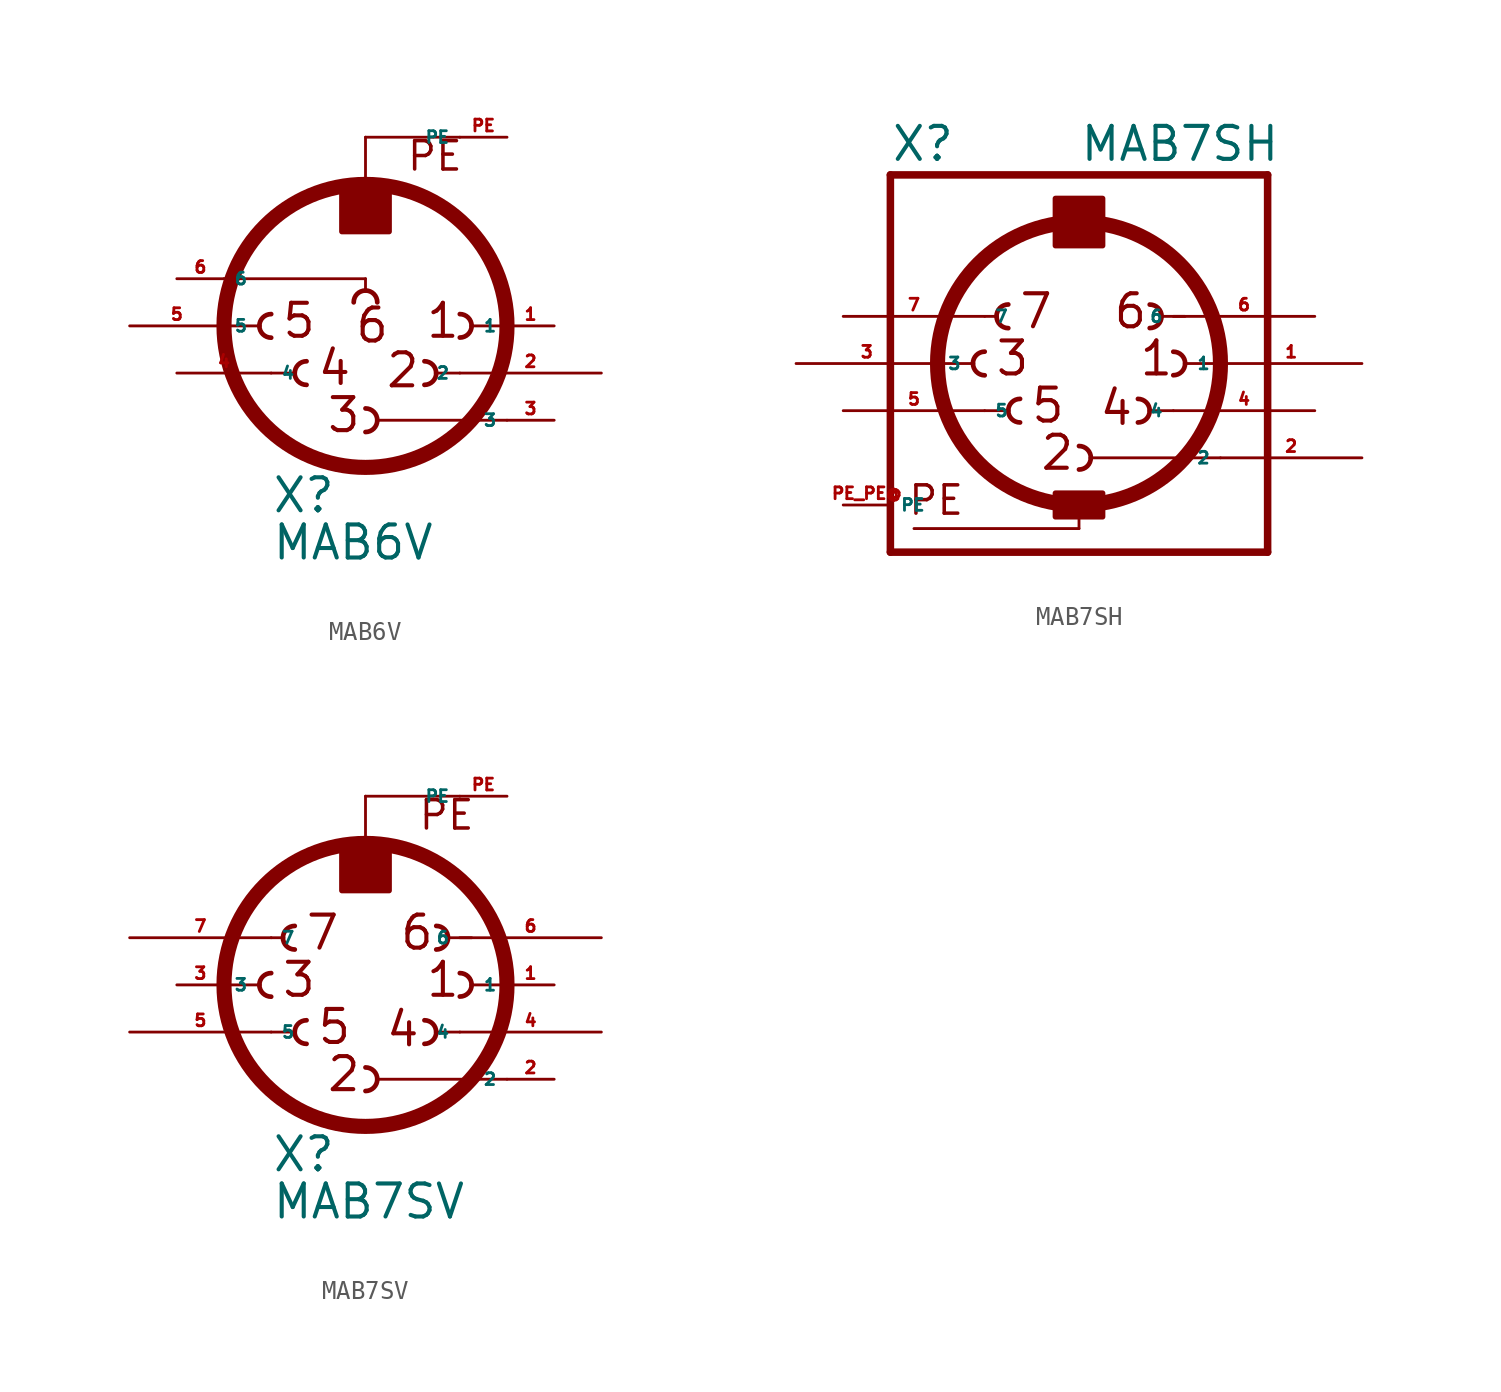
<source format=kicad_sym>
(kicad_symbol_lib
  (version 20220914)
  (generator Eagle2Kicad)
  (symbol "MAB6V"
    (property "Reference" "X"
      (at -5.08 -10.16 0)
      (effects (font (size 1.778 1.778) (thickness 0.22)) (justify left bottom)))
    (property "Value" "MAB6V"
      (at -5.08 -12.7 0)
      (effects (font (size 1.778 1.778) (thickness 0.22)) (justify left bottom)))
    (arc
      (start -3.81 -2.54)
      (mid -3.624 -2.989)
      (end -3.175 -3.175)
      (stroke (width 0.254) (type default))
      (fill (type none)))
    (arc
      (start -3.175 -1.905)
      (mid -3.624 -2.091)
      (end -3.81 -2.54)
      (stroke (width 0.254) (type default))
      (fill (type none)))
    (arc
      (start 5.715 0)
      (mid 5.529 0.449)
      (end 5.08 0.635)
      (stroke (width 0.254) (type default))
      (fill (type none)))
    (arc
      (start 5.08 -0.635)
      (mid 5.529 -0.449)
      (end 5.715 0)
      (stroke (width 0.254) (type default))
      (fill (type none)))
    (arc
      (start -5.715 0)
      (mid -5.529 -0.449)
      (end -5.08 -0.635)
      (stroke (width 0.254) (type default))
      (fill (type none)))
    (arc
      (start -5.08 0.635)
      (mid -5.529 0.449)
      (end -5.715 0)
      (stroke (width 0.254) (type default))
      (fill (type none)))
    (arc
      (start 0.635 -5.08)
      (mid 0.449 -4.631)
      (end 0 -4.445)
      (stroke (width 0.254) (type default))
      (fill (type none)))
    (arc
      (start 0 -5.715)
      (mid 0.449 -5.529)
      (end 0.635 -5.08)
      (stroke (width 0.254) (type default))
      (fill (type none)))
    (arc
      (start 3.81 -2.54)
      (mid 3.624 -2.091)
      (end 3.175 -1.905)
      (stroke (width 0.254) (type default))
      (fill (type none)))
    (arc
      (start 3.175 -3.175)
      (mid 3.624 -2.989)
      (end 3.81 -2.54)
      (stroke (width 0.254) (type default))
      (fill (type none)))
    (polyline
      (pts (xy -1.27 5.08) (xy 1.27 5.08))
      (stroke (width 0.152) (type default))
      (fill (type none)))
    (polyline
      (pts (xy -7.62 0) (xy -5.715 0))
      (stroke (width 0.152) (type default))
      (fill (type none)))
    (polyline
      (pts (xy -5.08 -2.54) (xy -3.81 -2.54))
      (stroke (width 0.152) (type default))
      (fill (type none)))
    (polyline
      (pts (xy 3.81 -2.54) (xy 5.08 -2.54))
      (stroke (width 0.152) (type default))
      (fill (type none)))
    (polyline
      (pts (xy 5.715 0) (xy 7.62 0))
      (stroke (width 0.152) (type default))
      (fill (type none)))
    (polyline
      (pts (xy -1.27 5.08) (xy -1.27 7.62))
      (stroke (width 0.152) (type default))
      (fill (type none)))
    (polyline
      (pts (xy -1.27 7.62) (xy 0 7.62))
      (stroke (width 0.152) (type default))
      (fill (type none)))
    (polyline
      (pts (xy 0 7.62) (xy 1.27 7.62))
      (stroke (width 0.152) (type default))
      (fill (type none)))
    (polyline
      (pts (xy 1.27 7.62) (xy 1.27 5.08))
      (stroke (width 0.152) (type default))
      (fill (type none)))
    (polyline
      (pts (xy 0.635 -5.08) (xy 7.62 -5.08))
      (stroke (width 0.152) (type default))
      (fill (type none)))
    (arc
      (start 0 1.905)
      (mid -0.449 1.719)
      (end -0.635 1.27)
      (stroke (width 0.254) (type default))
      (fill (type none)))
    (arc
      (start 0.635 1.27)
      (mid 0.449 1.719)
      (end 0 1.905)
      (stroke (width 0.254) (type default))
      (fill (type none)))
    (polyline
      (pts (xy 0 1.905) (xy 0 2.54))
      (stroke (width 0.152) (type default))
      (fill (type none)))
    (polyline
      (pts (xy 0 2.54) (xy -7.62 2.54))
      (stroke (width 0.152) (type default))
      (fill (type none)))
    (polyline
      (pts (xy 0 10.16) (xy 0 7.62))
      (stroke (width 0.152) (type default))
      (fill (type none)))
    (polyline
      (pts (xy 0 10.16) (xy 5.08 10.16))
      (stroke (width 0.152) (type default))
      (fill (type none)))
    (text "1"
      (at 3.175 -0.762 0)
      (effects (font (size 1.778 1.778) (thickness 0.22)) (justify left bottom)))
    (text "6"
      (at -0.635 -1.016 0)
      (effects (font (size 1.778 1.778) (thickness 0.22)) (justify left bottom)))
    (text "2"
      (at 1.016 -3.429 0)
      (effects (font (size 1.778 1.778) (thickness 0.22)) (justify left bottom)))
    (text "3"
      (at -2.159 -5.842 0)
      (effects (font (size 1.778 1.778) (thickness 0.22)) (justify left bottom)))
    (text "4"
      (at -2.667 -3.302 0)
      (effects (font (size 1.778 1.778) (thickness 0.22)) (justify left bottom)))
    (text "5"
      (at -4.572 -0.762 0)
      (effects (font (size 1.778 1.778) (thickness 0.22)) (justify left bottom)))
    (text "PE"
      (at 2.159 8.255 0)
      (effects (font (size 1.524 1.524) (thickness 0.19)) (justify left bottom)))
    (circle
      (center 0 0)
      (radius 7.62)
      (stroke (width 0.813) (type default))
      (fill (type none)))
    (rectangle
      (start -1.27 5.08)
      (end 1.27 7.62)
      (stroke (width 0.3) (type default))
      (fill (type outline)))
    (pin passive line
      (at 10.16 0 180)
      (length 2.54)
      (name "1" (effects (font (size 0.635 0.635) (thickness 0.08)) (justify left bottom)))
      (number "1" (effects (font (size 0.635 0.635) (thickness 0.08)) (justify left bottom))))
    (pin passive line
      (at 10.16 -5.08 180)
      (length 2.54)
      (name "3" (effects (font (size 0.635 0.635) (thickness 0.08)) (justify left bottom)))
      (number "3" (effects (font (size 0.635 0.635) (thickness 0.08)) (justify left bottom))))
    (pin passive line
      (at -12.7 0 0)
      (length 5.08)
      (name "5" (effects (font (size 0.635 0.635) (thickness 0.08)) (justify left bottom)))
      (number "5" (effects (font (size 0.635 0.635) (thickness 0.08)) (justify left bottom))))
    (pin passive line
      (at 12.7 -2.54 180)
      (length 7.62)
      (name "2" (effects (font (size 0.635 0.635) (thickness 0.08)) (justify left bottom)))
      (number "2" (effects (font (size 0.635 0.635) (thickness 0.08)) (justify left bottom))))
    (pin passive line
      (at -10.16 -2.54 0)
      (length 5.08)
      (name "4" (effects (font (size 0.635 0.635) (thickness 0.08)) (justify left bottom)))
      (number "4" (effects (font (size 0.635 0.635) (thickness 0.08)) (justify left bottom))))
    (pin unspecified line
      (at 7.62 10.16 180)
      (length 2.54)
      (name "PE" (effects (font (size 0.635 0.635) (thickness 0.08)) (justify left bottom)))
      (number "PE" (effects (font (size 0.635 0.635) (thickness 0.08)) (justify left bottom))))
    (pin passive line
      (at -10.16 2.54 0)
      (length 2.54)
      (name "6" (effects (font (size 0.635 0.635) (thickness 0.08)) (justify left bottom)))
      (number "6" (effects (font (size 0.635 0.635) (thickness 0.08)) (justify left bottom)))))
  (symbol "MAB7SH"
    (property "Reference" "X"
      (at -10.16 10.795 0)
      (effects (font (size 1.778 1.778) (thickness 0.22)) (justify left bottom)))
    (property "Value" "MAB7SH"
      (at 0 10.795 0)
      (effects (font (size 1.778 1.778) (thickness 0.22)) (justify left bottom)))
    (arc
      (start -3.81 -2.54)
      (mid -3.624 -2.989)
      (end -3.175 -3.175)
      (stroke (width 0.254) (type default))
      (fill (type none)))
    (arc
      (start -3.175 -1.905)
      (mid -3.624 -2.091)
      (end -3.81 -2.54)
      (stroke (width 0.254) (type default))
      (fill (type none)))
    (arc
      (start 5.715 0)
      (mid 5.529 0.449)
      (end 5.08 0.635)
      (stroke (width 0.254) (type default))
      (fill (type none)))
    (arc
      (start 5.08 -0.635)
      (mid 5.529 -0.449)
      (end 5.715 0)
      (stroke (width 0.254) (type default))
      (fill (type none)))
    (arc
      (start -5.715 0)
      (mid -5.529 -0.449)
      (end -5.08 -0.635)
      (stroke (width 0.254) (type default))
      (fill (type none)))
    (arc
      (start -5.08 0.635)
      (mid -5.529 0.449)
      (end -5.715 0)
      (stroke (width 0.254) (type default))
      (fill (type none)))
    (arc
      (start 0.635 -5.08)
      (mid 0.449 -4.631)
      (end 0 -4.445)
      (stroke (width 0.254) (type default))
      (fill (type none)))
    (arc
      (start 0 -5.715)
      (mid 0.449 -5.529)
      (end 0.635 -5.08)
      (stroke (width 0.254) (type default))
      (fill (type none)))
    (arc
      (start 3.81 -2.54)
      (mid 3.624 -2.091)
      (end 3.175 -1.905)
      (stroke (width 0.254) (type default))
      (fill (type none)))
    (arc
      (start 3.175 -3.175)
      (mid 3.624 -2.989)
      (end 3.81 -2.54)
      (stroke (width 0.254) (type default))
      (fill (type none)))
    (polyline
      (pts (xy -1.27 6.35) (xy 1.27 6.35))
      (stroke (width 0.152) (type default))
      (fill (type none)))
    (polyline
      (pts (xy -10.16 -10.16) (xy 10.16 -10.16))
      (stroke (width 0.406) (type default))
      (fill (type none)))
    (polyline
      (pts (xy 10.16 10.16) (xy 10.16 -10.16))
      (stroke (width 0.406) (type default))
      (fill (type none)))
    (polyline
      (pts (xy 10.16 10.16) (xy -10.16 10.16))
      (stroke (width 0.406) (type default))
      (fill (type none)))
    (polyline
      (pts (xy -10.16 -10.16) (xy -10.16 10.16))
      (stroke (width 0.406) (type default))
      (fill (type none)))
    (polyline
      (pts (xy -7.62 0) (xy -5.715 0))
      (stroke (width 0.152) (type default))
      (fill (type none)))
    (polyline
      (pts (xy -5.08 -2.54) (xy -3.81 -2.54))
      (stroke (width 0.152) (type default))
      (fill (type none)))
    (polyline
      (pts (xy 3.81 -2.54) (xy 5.08 -2.54))
      (stroke (width 0.152) (type default))
      (fill (type none)))
    (polyline
      (pts (xy 5.715 0) (xy 7.62 0))
      (stroke (width 0.152) (type default))
      (fill (type none)))
    (polyline
      (pts (xy -1.27 6.35) (xy -1.27 8.89))
      (stroke (width 0.152) (type default))
      (fill (type none)))
    (polyline
      (pts (xy -1.27 8.89) (xy 1.27 8.89))
      (stroke (width 0.152) (type default))
      (fill (type none)))
    (polyline
      (pts (xy 1.27 8.89) (xy 1.27 6.35))
      (stroke (width 0.152) (type default))
      (fill (type none)))
    (polyline
      (pts (xy 0.635 -5.08) (xy 7.62 -5.08))
      (stroke (width 0.152) (type default))
      (fill (type none)))
    (arc
      (start 4.445 2.54)
      (mid 4.259 2.989)
      (end 3.81 3.175)
      (stroke (width 0.254) (type default))
      (fill (type none)))
    (arc
      (start 3.81 1.905)
      (mid 4.259 2.091)
      (end 4.445 2.54)
      (stroke (width 0.254) (type default))
      (fill (type none)))
    (arc
      (start -4.445 2.54)
      (mid -4.259 2.091)
      (end -3.81 1.905)
      (stroke (width 0.254) (type default))
      (fill (type none)))
    (arc
      (start -3.81 3.175)
      (mid -4.259 2.989)
      (end -4.445 2.54)
      (stroke (width 0.254) (type default))
      (fill (type none)))
    (polyline
      (pts (xy -5.08 2.54) (xy -4.445 2.54))
      (stroke (width 0.152) (type default))
      (fill (type none)))
    (polyline
      (pts (xy 4.445 2.54) (xy 5.715 2.54))
      (stroke (width 0.152) (type default))
      (fill (type none)))
    (polyline
      (pts (xy 0 -8.89) (xy 0 -7.62))
      (stroke (width 0.152) (type default))
      (fill (type none)))
    (polyline
      (pts (xy 0 -8.89) (xy -8.89 -8.89))
      (stroke (width 0.152) (type default))
      (fill (type none)))
    (text "1"
      (at 3.175 -0.762 0)
      (effects (font (size 1.778 1.778) (thickness 0.22)) (justify left bottom)))
    (text "2"
      (at -2.159 -5.842 0)
      (effects (font (size 1.778 1.778) (thickness 0.22)) (justify left bottom)))
    (text "3"
      (at -4.572 -0.762 0)
      (effects (font (size 1.778 1.778) (thickness 0.22)) (justify left bottom)))
    (text "4"
      (at 1.016 -3.429 0)
      (effects (font (size 1.778 1.778) (thickness 0.22)) (justify left bottom)))
    (text "5"
      (at -2.667 -3.302 0)
      (effects (font (size 1.778 1.778) (thickness 0.22)) (justify left bottom)))
    (text "6"
      (at 1.778 1.778 0)
      (effects (font (size 1.778 1.778) (thickness 0.22)) (justify left bottom)))
    (text "7"
      (at -3.302 1.778 0)
      (effects (font (size 1.778 1.778) (thickness 0.22)) (justify left bottom)))
    (text "PE"
      (at -9.271 -8.255 0)
      (effects (font (size 1.524 1.524) (thickness 0.19)) (justify left bottom)))
    (circle
      (center 0 0)
      (radius 7.62)
      (stroke (width 0.813) (type default))
      (fill (type none)))
    (rectangle
      (start -1.27 6.35)
      (end 1.27 8.89)
      (stroke (width 0.3) (type default))
      (fill (type outline)))
    (rectangle
      (start -1.27 -8.255)
      (end 1.27 -6.985)
      (stroke (width 0.3) (type default))
      (fill (type outline)))
    (pin passive line
      (at 15.24 0 180)
      (length 7.62)
      (name "1" (effects (font (size 0.635 0.635) (thickness 0.08)) (justify left bottom)))
      (number "1" (effects (font (size 0.635 0.635) (thickness 0.08)) (justify left bottom))))
    (pin passive line
      (at 15.24 -5.08 180)
      (length 7.62)
      (name "2" (effects (font (size 0.635 0.635) (thickness 0.08)) (justify left bottom)))
      (number "2" (effects (font (size 0.635 0.635) (thickness 0.08)) (justify left bottom))))
    (pin passive line
      (at -15.24 0 0)
      (length 7.62)
      (name "3" (effects (font (size 0.635 0.635) (thickness 0.08)) (justify left bottom)))
      (number "3" (effects (font (size 0.635 0.635) (thickness 0.08)) (justify left bottom))))
    (pin passive line
      (at 12.7 -2.54 180)
      (length 7.62)
      (name "4" (effects (font (size 0.635 0.635) (thickness 0.08)) (justify left bottom)))
      (number "4" (effects (font (size 0.635 0.635) (thickness 0.08)) (justify left bottom))))
    (pin passive line
      (at -12.7 -2.54 0)
      (length 7.62)
      (name "5" (effects (font (size 0.635 0.635) (thickness 0.08)) (justify left bottom)))
      (number "5" (effects (font (size 0.635 0.635) (thickness 0.08)) (justify left bottom))))
    (pin passive line
      (at 12.7 2.54 180)
      (length 7.62)
      (name "6" (effects (font (size 0.635 0.635) (thickness 0.08)) (justify left bottom)))
      (number "6" (effects (font (size 0.635 0.635) (thickness 0.08)) (justify left bottom))))
    (pin passive line
      (at -12.7 2.54 0)
      (length 7.62)
      (name "7" (effects (font (size 0.635 0.635) (thickness 0.08)) (justify left bottom)))
      (number "7" (effects (font (size 0.635 0.635) (thickness 0.08)) (justify left bottom))))
    (pin unspecified line
      (at -12.7 -7.62 0)
      (length 2.54)
      (name "PE" (effects (font (size 0.635 0.635) (thickness 0.08)) (justify left bottom)))
      (number "PE PE@" (effects (font (size 0.635 0.635) (thickness 0.08)) (justify left bottom)))))
  (symbol "MAB7SV"
    (property "Reference" "X"
      (at -5.08 -10.16 0)
      (effects (font (size 1.778 1.778) (thickness 0.22)) (justify left bottom)))
    (property "Value" "MAB7SV"
      (at -5.08 -12.7 0)
      (effects (font (size 1.778 1.778) (thickness 0.22)) (justify left bottom)))
    (arc
      (start -3.81 -2.54)
      (mid -3.624 -2.989)
      (end -3.175 -3.175)
      (stroke (width 0.254) (type default))
      (fill (type none)))
    (arc
      (start -3.175 -1.905)
      (mid -3.624 -2.091)
      (end -3.81 -2.54)
      (stroke (width 0.254) (type default))
      (fill (type none)))
    (arc
      (start 5.715 0)
      (mid 5.529 0.449)
      (end 5.08 0.635)
      (stroke (width 0.254) (type default))
      (fill (type none)))
    (arc
      (start 5.08 -0.635)
      (mid 5.529 -0.449)
      (end 5.715 0)
      (stroke (width 0.254) (type default))
      (fill (type none)))
    (arc
      (start -5.715 0)
      (mid -5.529 -0.449)
      (end -5.08 -0.635)
      (stroke (width 0.254) (type default))
      (fill (type none)))
    (arc
      (start -5.08 0.635)
      (mid -5.529 0.449)
      (end -5.715 0)
      (stroke (width 0.254) (type default))
      (fill (type none)))
    (arc
      (start 0.635 -5.08)
      (mid 0.449 -4.631)
      (end 0 -4.445)
      (stroke (width 0.254) (type default))
      (fill (type none)))
    (arc
      (start 0 -5.715)
      (mid 0.449 -5.529)
      (end 0.635 -5.08)
      (stroke (width 0.254) (type default))
      (fill (type none)))
    (arc
      (start 3.81 -2.54)
      (mid 3.624 -2.091)
      (end 3.175 -1.905)
      (stroke (width 0.254) (type default))
      (fill (type none)))
    (arc
      (start 3.175 -3.175)
      (mid 3.624 -2.989)
      (end 3.81 -2.54)
      (stroke (width 0.254) (type default))
      (fill (type none)))
    (polyline
      (pts (xy -1.27 5.08) (xy 1.27 5.08))
      (stroke (width 0.152) (type default))
      (fill (type none)))
    (polyline
      (pts (xy -7.62 0) (xy -5.715 0))
      (stroke (width 0.152) (type default))
      (fill (type none)))
    (polyline
      (pts (xy -5.08 -2.54) (xy -3.81 -2.54))
      (stroke (width 0.152) (type default))
      (fill (type none)))
    (polyline
      (pts (xy 3.81 -2.54) (xy 5.08 -2.54))
      (stroke (width 0.152) (type default))
      (fill (type none)))
    (polyline
      (pts (xy 5.715 0) (xy 7.62 0))
      (stroke (width 0.152) (type default))
      (fill (type none)))
    (polyline
      (pts (xy -1.27 5.08) (xy -1.27 7.62))
      (stroke (width 0.152) (type default))
      (fill (type none)))
    (polyline
      (pts (xy -1.27 7.62) (xy 0 7.62))
      (stroke (width 0.152) (type default))
      (fill (type none)))
    (polyline
      (pts (xy 1.27 7.62) (xy 1.27 5.08))
      (stroke (width 0.152) (type default))
      (fill (type none)))
    (polyline
      (pts (xy 0.635 -5.08) (xy 7.62 -5.08))
      (stroke (width 0.152) (type default))
      (fill (type none)))
    (arc
      (start 4.445 2.54)
      (mid 4.259 2.989)
      (end 3.81 3.175)
      (stroke (width 0.254) (type default))
      (fill (type none)))
    (arc
      (start 3.81 1.905)
      (mid 4.259 2.091)
      (end 4.445 2.54)
      (stroke (width 0.254) (type default))
      (fill (type none)))
    (arc
      (start -4.445 2.54)
      (mid -4.259 2.091)
      (end -3.81 1.905)
      (stroke (width 0.254) (type default))
      (fill (type none)))
    (arc
      (start -3.81 3.175)
      (mid -4.259 2.989)
      (end -4.445 2.54)
      (stroke (width 0.254) (type default))
      (fill (type none)))
    (polyline
      (pts (xy -5.08 2.54) (xy -4.445 2.54))
      (stroke (width 0.152) (type default))
      (fill (type none)))
    (polyline
      (pts (xy 4.445 2.54) (xy 5.715 2.54))
      (stroke (width 0.152) (type default))
      (fill (type none)))
    (polyline
      (pts (xy 0 10.16) (xy 0 7.62))
      (stroke (width 0.152) (type default))
      (fill (type none)))
    (polyline
      (pts (xy 0 10.16) (xy 5.08 10.16))
      (stroke (width 0.152) (type default))
      (fill (type none)))
    (polyline
      (pts (xy 0 7.62) (xy 1.27 7.62))
      (stroke (width 0.152) (type default))
      (fill (type none)))
    (text "1"
      (at 3.175 -0.762 0)
      (effects (font (size 1.778 1.778) (thickness 0.22)) (justify left bottom)))
    (text "2"
      (at -2.159 -5.842 0)
      (effects (font (size 1.778 1.778) (thickness 0.22)) (justify left bottom)))
    (text "3"
      (at -4.572 -0.762 0)
      (effects (font (size 1.778 1.778) (thickness 0.22)) (justify left bottom)))
    (text "4"
      (at 1.016 -3.429 0)
      (effects (font (size 1.778 1.778) (thickness 0.22)) (justify left bottom)))
    (text "5"
      (at -2.667 -3.302 0)
      (effects (font (size 1.778 1.778) (thickness 0.22)) (justify left bottom)))
    (text "6"
      (at 1.778 1.778 0)
      (effects (font (size 1.778 1.778) (thickness 0.22)) (justify left bottom)))
    (text "7"
      (at -3.302 1.778 0)
      (effects (font (size 1.778 1.778) (thickness 0.22)) (justify left bottom)))
    (text "PE"
      (at 2.794 8.255 0)
      (effects (font (size 1.524 1.524) (thickness 0.19)) (justify left bottom)))
    (circle
      (center 0 0)
      (radius 7.62)
      (stroke (width 0.813) (type default))
      (fill (type none)))
    (rectangle
      (start -1.27 5.08)
      (end 1.27 7.62)
      (stroke (width 0.3) (type default))
      (fill (type outline)))
    (pin passive line
      (at 10.16 0 180)
      (length 2.54)
      (name "1" (effects (font (size 0.635 0.635) (thickness 0.08)) (justify left bottom)))
      (number "1" (effects (font (size 0.635 0.635) (thickness 0.08)) (justify left bottom))))
    (pin passive line
      (at 10.16 -5.08 180)
      (length 2.54)
      (name "2" (effects (font (size 0.635 0.635) (thickness 0.08)) (justify left bottom)))
      (number "2" (effects (font (size 0.635 0.635) (thickness 0.08)) (justify left bottom))))
    (pin passive line
      (at -10.16 0 0)
      (length 2.54)
      (name "3" (effects (font (size 0.635 0.635) (thickness 0.08)) (justify left bottom)))
      (number "3" (effects (font (size 0.635 0.635) (thickness 0.08)) (justify left bottom))))
    (pin passive line
      (at 12.7 -2.54 180)
      (length 7.62)
      (name "4" (effects (font (size 0.635 0.635) (thickness 0.08)) (justify left bottom)))
      (number "4" (effects (font (size 0.635 0.635) (thickness 0.08)) (justify left bottom))))
    (pin passive line
      (at -12.7 -2.54 0)
      (length 7.62)
      (name "5" (effects (font (size 0.635 0.635) (thickness 0.08)) (justify left bottom)))
      (number "5" (effects (font (size 0.635 0.635) (thickness 0.08)) (justify left bottom))))
    (pin unspecified line
      (at 7.62 10.16 180)
      (length 2.54)
      (name "PE" (effects (font (size 0.635 0.635) (thickness 0.08)) (justify left bottom)))
      (number "PE" (effects (font (size 0.635 0.635) (thickness 0.08)) (justify left bottom))))
    (pin passive line
      (at 12.7 2.54 180)
      (length 7.62)
      (name "6" (effects (font (size 0.635 0.635) (thickness 0.08)) (justify left bottom)))
      (number "6" (effects (font (size 0.635 0.635) (thickness 0.08)) (justify left bottom))))
    (pin passive line
      (at -12.7 2.54 0)
      (length 7.62)
      (name "7" (effects (font (size 0.635 0.635) (thickness 0.08)) (justify left bottom)))
      (number "7" (effects (font (size 0.635 0.635) (thickness 0.08)) (justify left bottom))))))
</source>
